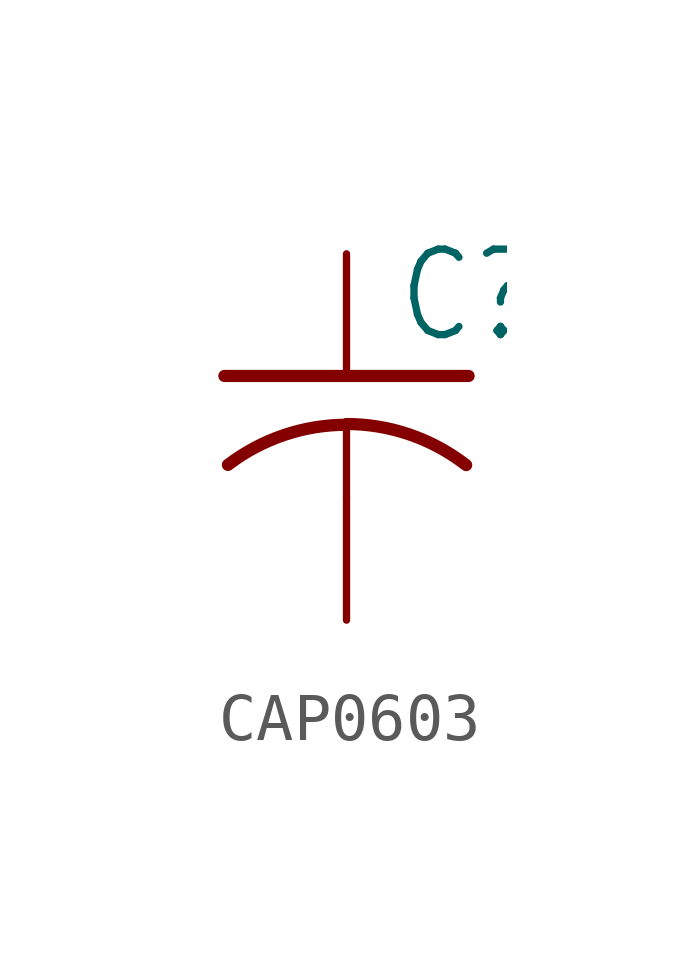
<source format=kicad_sym>
(kicad_symbol_lib
  (version 20241209)
  (generator "kicad_symbol_editor")
  (generator_version "9.0")
  (symbol "CAP0603"
    (property "Reference" "C"
      (at 1.016 0.635 0)
      (effects (font (size 1.778 1.511)) (justify left bottom)))
    (property "Value" ""
      (at 1.016 -4.191 0)
      (effects (font (size 1.778 1.511)) (justify left bottom)))
    (property "ki_locked" ""
      (at 0 0 0)
      (effects (font (size 1.27 1.27))))
    (symbol "CAP0603_1_0"
      (polyline (pts (xy -2.54 0) (xy 2.54 0)) (stroke (width 0.254) (type solid)) (fill (type none)))
      (polyline (pts (xy 0 -1.016) (xy 0 -2.54)) (stroke (width 0.152) (type solid)) (fill (type none)))
      (arc (start 0 -1) (mid 1.3158 -1.2195) (end 2.4892 -1.8541) (stroke (width 0.254) (type solid)) (fill (type none)))
      (arc (start -2.4668 -1.8504) (mid -1.302 -1.2303) (end 0 -1.0161) (stroke (width 0.254) (type solid)) (fill (type none)))
      (pin passive line (at 0 2.54 270) (length 2.54) (name "1" (effects (font (size 0 0)))) (number "1" (effects (font (size 0 0)))))
      (pin passive line (at 0 -5.08 90) (length 2.54) (name "2" (effects (font (size 0 0)))) (number "2" (effects (font (size 0 0))))))))
</source>
